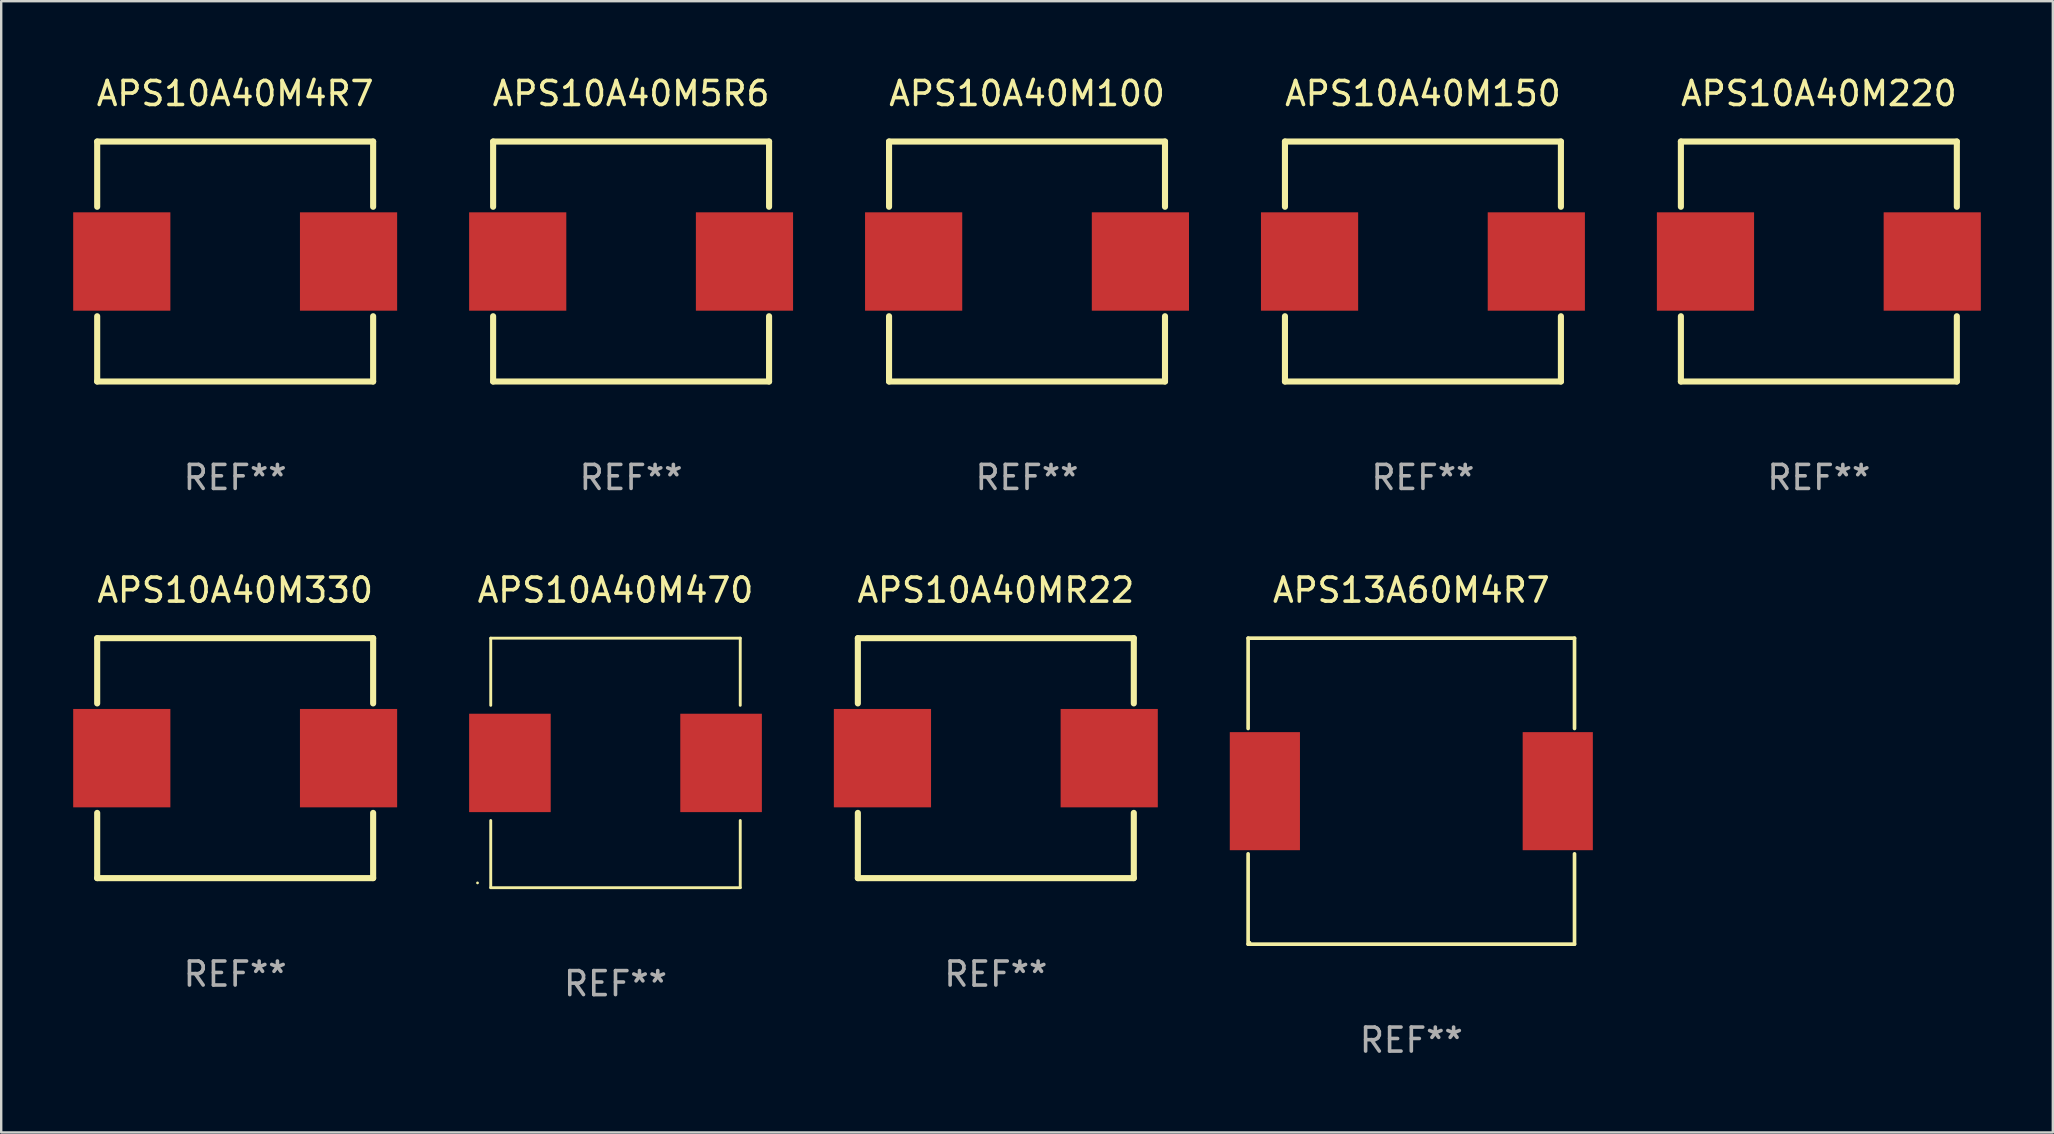
<source format=kicad_pcb>
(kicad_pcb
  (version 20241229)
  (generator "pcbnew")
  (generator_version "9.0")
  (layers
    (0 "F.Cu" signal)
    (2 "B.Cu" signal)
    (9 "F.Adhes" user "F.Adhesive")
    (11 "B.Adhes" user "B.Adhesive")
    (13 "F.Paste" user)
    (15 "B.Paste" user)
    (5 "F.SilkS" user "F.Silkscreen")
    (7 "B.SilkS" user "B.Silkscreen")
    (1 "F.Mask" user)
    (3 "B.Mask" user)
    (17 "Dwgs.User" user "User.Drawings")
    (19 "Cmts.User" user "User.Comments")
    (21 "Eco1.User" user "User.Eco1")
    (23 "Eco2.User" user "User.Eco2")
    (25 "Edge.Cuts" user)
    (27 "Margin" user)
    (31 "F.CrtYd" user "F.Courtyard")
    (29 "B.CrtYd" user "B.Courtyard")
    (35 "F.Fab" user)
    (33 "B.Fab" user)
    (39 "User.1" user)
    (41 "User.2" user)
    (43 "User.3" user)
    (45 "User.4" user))
  (footprint "APS10A40M150"
    (layer "F.Cu")
    (at 56.249 7.848)
    (property "Reference" "APS10A40M150" (at 0 -7 0) (layer "F.SilkS") (effects (font (size 1 1) (thickness 0.15))))
    (attr through_hole)
    (fp_line (start -5.75 -5) (end -5.75 -2.281) (stroke (width 0.254) (type solid)) (layer "F.SilkS"))
    (fp_line (start -5.75 -5) (end 5.75 -5) (stroke (width 0.254) (type solid)) (layer "F.SilkS"))
    (fp_line (start -5.75 2.281) (end -5.75 5) (stroke (width 0.254) (type solid)) (layer "F.SilkS"))
    (fp_line (start 5.75 -2.281) (end 5.75 -5) (stroke (width 0.254) (type solid)) (layer "F.SilkS"))
    (fp_line (start 5.75 5) (end -5.75 5) (stroke (width 0.254) (type solid)) (layer "F.SilkS"))
    (fp_line (start 5.75 5) (end 5.75 2.281) (stroke (width 0.254) (type solid)) (layer "F.SilkS"))
    (fp_circle (center -5.75 5) (end -5.72 5) (stroke (width 0.06) (type solid)) (fill no) (layer "F.SilkS"))
    (fp_text user "REF**" (at 0 9 0) (layer "F.Fab") (effects (font (size 1 1) (thickness 0.15))))
    (pad "1" smd rect (at -4.725 0) (size 4.05 4.1) (layers "F.Cu" "F.Mask" "F.Paste"))
    (pad "2" smd rect (at 4.725 0) (size 4.05 4.1) (layers "F.Cu" "F.Mask" "F.Paste")))
  (footprint "APS13A60M4R7"
    (layer "F.Cu")
    (at 55.765 29.921)
    (property "Reference" "APS13A60M4R7" (at 0 -8.376 0) (layer "F.SilkS") (effects (font (size 1 1) (thickness 0.15))))
    (attr through_hole)
    (fp_line (start -6.801 -6.376) (end 6.801 -6.376) (stroke (width 0.152) (type solid)) (layer "F.SilkS"))
    (fp_line (start -6.801 -2.612) (end -6.801 -6.376) (stroke (width 0.152) (type solid)) (layer "F.SilkS"))
    (fp_line (start -6.801 2.612) (end -6.801 6.376) (stroke (width 0.152) (type solid)) (layer "F.SilkS"))
    (fp_line (start -6.801 6.376) (end 6.801 6.376) (stroke (width 0.152) (type solid)) (layer "F.SilkS"))
    (fp_line (start 6.801 -6.376) (end 6.801 -2.612) (stroke (width 0.152) (type solid)) (layer "F.SilkS"))
    (fp_line (start 6.801 6.376) (end 6.801 2.612) (stroke (width 0.152) (type solid)) (layer "F.SilkS"))
    (fp_circle (center -6.725 6.3) (end -6.695 6.3) (stroke (width 0.06) (type solid)) (fill no) (layer "F.SilkS"))
    (fp_text user "REF**" (at 0 10.376 0) (layer "F.Fab") (effects (font (size 1 1) (thickness 0.15))))
    (pad "1" smd rect (at 6.103 0) (size 2.924 4.92) (layers "F.Cu" "F.Mask" "F.Paste"))
    (pad "2" smd rect (at -6.103 0) (size 2.924 4.92) (layers "F.Cu" "F.Mask" "F.Paste")))
  (footprint "APS10A40MR22"
    (layer "F.Cu")
    (at 38.45 28.545)
    (property "Reference" "APS10A40MR22" (at 0 -7 0) (layer "F.SilkS") (effects (font (size 1 1) (thickness 0.15))))
    (attr through_hole)
    (fp_line (start -5.75 -5) (end -5.75 -2.281) (stroke (width 0.254) (type solid)) (layer "F.SilkS"))
    (fp_line (start -5.75 -5) (end 5.75 -5) (stroke (width 0.254) (type solid)) (layer "F.SilkS"))
    (fp_line (start -5.75 2.281) (end -5.75 5) (stroke (width 0.254) (type solid)) (layer "F.SilkS"))
    (fp_line (start 5.75 -2.281) (end 5.75 -5) (stroke (width 0.254) (type solid)) (layer "F.SilkS"))
    (fp_line (start 5.75 5) (end -5.75 5) (stroke (width 0.254) (type solid)) (layer "F.SilkS"))
    (fp_line (start 5.75 5) (end 5.75 2.281) (stroke (width 0.254) (type solid)) (layer "F.SilkS"))
    (fp_circle (center -5.75 5) (end -5.72 5) (stroke (width 0.06) (type solid)) (fill no) (layer "F.SilkS"))
    (fp_text user "REF**" (at 0 9 0) (layer "F.Fab") (effects (font (size 1 1) (thickness 0.15))))
    (pad "1" smd rect (at -4.725 0) (size 4.05 4.1) (layers "F.Cu" "F.Mask" "F.Paste"))
    (pad "2" smd rect (at 4.725 0) (size 4.05 4.1) (layers "F.Cu" "F.Mask" "F.Paste")))
  (footprint "APS10A40M4R7"
    (layer "F.Cu")
    (at 6.75 7.848)
    (property "Reference" "APS10A40M4R7" (at 0 -7 0) (layer "F.SilkS") (effects (font (size 1 1) (thickness 0.15))))
    (attr through_hole)
    (fp_line (start -5.75 -5) (end -5.75 -2.281) (stroke (width 0.254) (type solid)) (layer "F.SilkS"))
    (fp_line (start -5.75 -5) (end 5.75 -5) (stroke (width 0.254) (type solid)) (layer "F.SilkS"))
    (fp_line (start -5.75 2.281) (end -5.75 5) (stroke (width 0.254) (type solid)) (layer "F.SilkS"))
    (fp_line (start 5.75 -2.281) (end 5.75 -5) (stroke (width 0.254) (type solid)) (layer "F.SilkS"))
    (fp_line (start 5.75 5) (end -5.75 5) (stroke (width 0.254) (type solid)) (layer "F.SilkS"))
    (fp_line (start 5.75 5) (end 5.75 2.281) (stroke (width 0.254) (type solid)) (layer "F.SilkS"))
    (fp_circle (center -5.75 5) (end -5.72 5) (stroke (width 0.06) (type solid)) (fill no) (layer "F.SilkS"))
    (fp_text user "REF**" (at 0 9 0) (layer "F.Fab") (effects (font (size 1 1) (thickness 0.15))))
    (pad "1" smd rect (at -4.725 0) (size 4.05 4.1) (layers "F.Cu" "F.Mask" "F.Paste"))
    (pad "2" smd rect (at 4.725 0) (size 4.05 4.1) (layers "F.Cu" "F.Mask" "F.Paste")))
  (footprint "APS10A40M470"
    (layer "F.Cu")
    (at 22.6 28.744)
    (property "Reference" "APS10A40M470" (at 0 -7.199 0) (layer "F.SilkS") (effects (font (size 1 1) (thickness 0.15))))
    (attr through_hole)
    (fp_line (start -5.199 -5.199) (end 5.199 -5.199) (stroke (width 0.12) (type solid)) (layer "F.SilkS"))
    (fp_line (start -5.199 -2.4) (end -5.199 -5.199) (stroke (width 0.12) (type solid)) (layer "F.SilkS"))
    (fp_line (start -5.199 2.4) (end -5.199 5.199) (stroke (width 0.12) (type solid)) (layer "F.SilkS"))
    (fp_line (start -5.199 5.199) (end 5.199 5.199) (stroke (width 0.12) (type solid)) (layer "F.SilkS"))
    (fp_line (start 5.199 -5.199) (end 5.199 -2.4) (stroke (width 0.12) (type solid)) (layer "F.SilkS"))
    (fp_line (start 5.199 5.199) (end 5.199 2.4) (stroke (width 0.12) (type solid)) (layer "F.SilkS"))
    (fp_circle (center -5.75 5) (end -5.72 5) (stroke (width 0.06) (type solid)) (fill no) (layer "F.SilkS"))
    (fp_text user "REF**" (at 0 9.199 0) (layer "F.Fab") (effects (font (size 1 1) (thickness 0.15))))
    (pad "1" smd rect (at -4.4 0) (size 3.4 4.1) (layers "F.Cu" "F.Mask" "F.Paste"))
    (pad "2" smd rect (at 4.4 0) (size 3.4 4.1) (layers "F.Cu" "F.Mask" "F.Paste")))
  (footprint "APS10A40M5R6"
    (layer "F.Cu")
    (at 23.25 7.848)
    (property "Reference" "APS10A40M5R6" (at 0 -7 0) (layer "F.SilkS") (effects (font (size 1 1) (thickness 0.15))))
    (attr through_hole)
    (fp_line (start -5.75 -5) (end -5.75 -2.281) (stroke (width 0.254) (type solid)) (layer "F.SilkS"))
    (fp_line (start -5.75 -5) (end 5.75 -5) (stroke (width 0.254) (type solid)) (layer "F.SilkS"))
    (fp_line (start -5.75 2.281) (end -5.75 5) (stroke (width 0.254) (type solid)) (layer "F.SilkS"))
    (fp_line (start 5.75 -2.281) (end 5.75 -5) (stroke (width 0.254) (type solid)) (layer "F.SilkS"))
    (fp_line (start 5.75 5) (end -5.75 5) (stroke (width 0.254) (type solid)) (layer "F.SilkS"))
    (fp_line (start 5.75 5) (end 5.75 2.281) (stroke (width 0.254) (type solid)) (layer "F.SilkS"))
    (fp_circle (center -5.75 5) (end -5.72 5) (stroke (width 0.06) (type solid)) (fill no) (layer "F.SilkS"))
    (fp_text user "REF**" (at 0 9 0) (layer "F.Fab") (effects (font (size 1 1) (thickness 0.15))))
    (pad "1" smd rect (at -4.725 0) (size 4.05 4.1) (layers "F.Cu" "F.Mask" "F.Paste"))
    (pad "2" smd rect (at 4.725 0) (size 4.05 4.1) (layers "F.Cu" "F.Mask" "F.Paste")))
  (footprint "APS10A40M100"
    (layer "F.Cu")
    (at 39.75 7.848)
    (property "Reference" "APS10A40M100" (at 0 -7 0) (layer "F.SilkS") (effects (font (size 1 1) (thickness 0.15))))
    (attr through_hole)
    (fp_line (start -5.75 -5) (end -5.75 -2.281) (stroke (width 0.254) (type solid)) (layer "F.SilkS"))
    (fp_line (start -5.75 -5) (end 5.75 -5) (stroke (width 0.254) (type solid)) (layer "F.SilkS"))
    (fp_line (start -5.75 2.281) (end -5.75 5) (stroke (width 0.254) (type solid)) (layer "F.SilkS"))
    (fp_line (start 5.75 -2.281) (end 5.75 -5) (stroke (width 0.254) (type solid)) (layer "F.SilkS"))
    (fp_line (start 5.75 5) (end -5.75 5) (stroke (width 0.254) (type solid)) (layer "F.SilkS"))
    (fp_line (start 5.75 5) (end 5.75 2.281) (stroke (width 0.254) (type solid)) (layer "F.SilkS"))
    (fp_circle (center -5.75 5) (end -5.72 5) (stroke (width 0.06) (type solid)) (fill no) (layer "F.SilkS"))
    (fp_text user "REF**" (at 0 9 0) (layer "F.Fab") (effects (font (size 1 1) (thickness 0.15))))
    (pad "1" smd rect (at -4.725 0) (size 4.05 4.1) (layers "F.Cu" "F.Mask" "F.Paste"))
    (pad "2" smd rect (at 4.725 0) (size 4.05 4.1) (layers "F.Cu" "F.Mask" "F.Paste")))
  (footprint "APS10A40M330"
    (layer "F.Cu")
    (at 6.75 28.545)
    (property "Reference" "APS10A40M330" (at 0 -7 0) (layer "F.SilkS") (effects (font (size 1 1) (thickness 0.15))))
    (attr through_hole)
    (fp_line (start -5.75 -5) (end -5.75 -2.281) (stroke (width 0.254) (type solid)) (layer "F.SilkS"))
    (fp_line (start -5.75 -5) (end 5.75 -5) (stroke (width 0.254) (type solid)) (layer "F.SilkS"))
    (fp_line (start -5.75 2.281) (end -5.75 5) (stroke (width 0.254) (type solid)) (layer "F.SilkS"))
    (fp_line (start 5.75 -2.281) (end 5.75 -5) (stroke (width 0.254) (type solid)) (layer "F.SilkS"))
    (fp_line (start 5.75 5) (end -5.75 5) (stroke (width 0.254) (type solid)) (layer "F.SilkS"))
    (fp_line (start 5.75 5) (end 5.75 2.281) (stroke (width 0.254) (type solid)) (layer "F.SilkS"))
    (fp_circle (center -5.75 5) (end -5.72 5) (stroke (width 0.06) (type solid)) (fill no) (layer "F.SilkS"))
    (fp_text user "REF**" (at 0 9 0) (layer "F.Fab") (effects (font (size 1 1) (thickness 0.15))))
    (pad "1" smd rect (at -4.725 0) (size 4.05 4.1) (layers "F.Cu" "F.Mask" "F.Paste"))
    (pad "2" smd rect (at 4.725 0) (size 4.05 4.1) (layers "F.Cu" "F.Mask" "F.Paste")))
  (footprint "APS10A40M220"
    (layer "F.Cu")
    (at 72.749 7.848)
    (property "Reference" "APS10A40M220" (at 0 -7 0) (layer "F.SilkS") (effects (font (size 1 1) (thickness 0.15))))
    (attr through_hole)
    (fp_line (start -5.75 -5) (end -5.75 -2.281) (stroke (width 0.254) (type solid)) (layer "F.SilkS"))
    (fp_line (start -5.75 -5) (end 5.75 -5) (stroke (width 0.254) (type solid)) (layer "F.SilkS"))
    (fp_line (start -5.75 2.281) (end -5.75 5) (stroke (width 0.254) (type solid)) (layer "F.SilkS"))
    (fp_line (start 5.75 -2.281) (end 5.75 -5) (stroke (width 0.254) (type solid)) (layer "F.SilkS"))
    (fp_line (start 5.75 5) (end -5.75 5) (stroke (width 0.254) (type solid)) (layer "F.SilkS"))
    (fp_line (start 5.75 5) (end 5.75 2.281) (stroke (width 0.254) (type solid)) (layer "F.SilkS"))
    (fp_circle (center -5.75 5) (end -5.72 5) (stroke (width 0.06) (type solid)) (fill no) (layer "F.SilkS"))
    (fp_text user "REF**" (at 0 9 0) (layer "F.Fab") (effects (font (size 1 1) (thickness 0.15))))
    (pad "1" smd rect (at -4.725 0) (size 4.05 4.1) (layers "F.Cu" "F.Mask" "F.Paste"))
    (pad "2" smd rect (at 4.725 0) (size 4.05 4.1) (layers "F.Cu" "F.Mask" "F.Paste")))
  (gr_rect
    (start -3 -3)
    (end 82.499 44.145)
    (stroke (width 0.1) (type default))
    (fill no)
    (layer "Edge.Cuts")))
</source>
